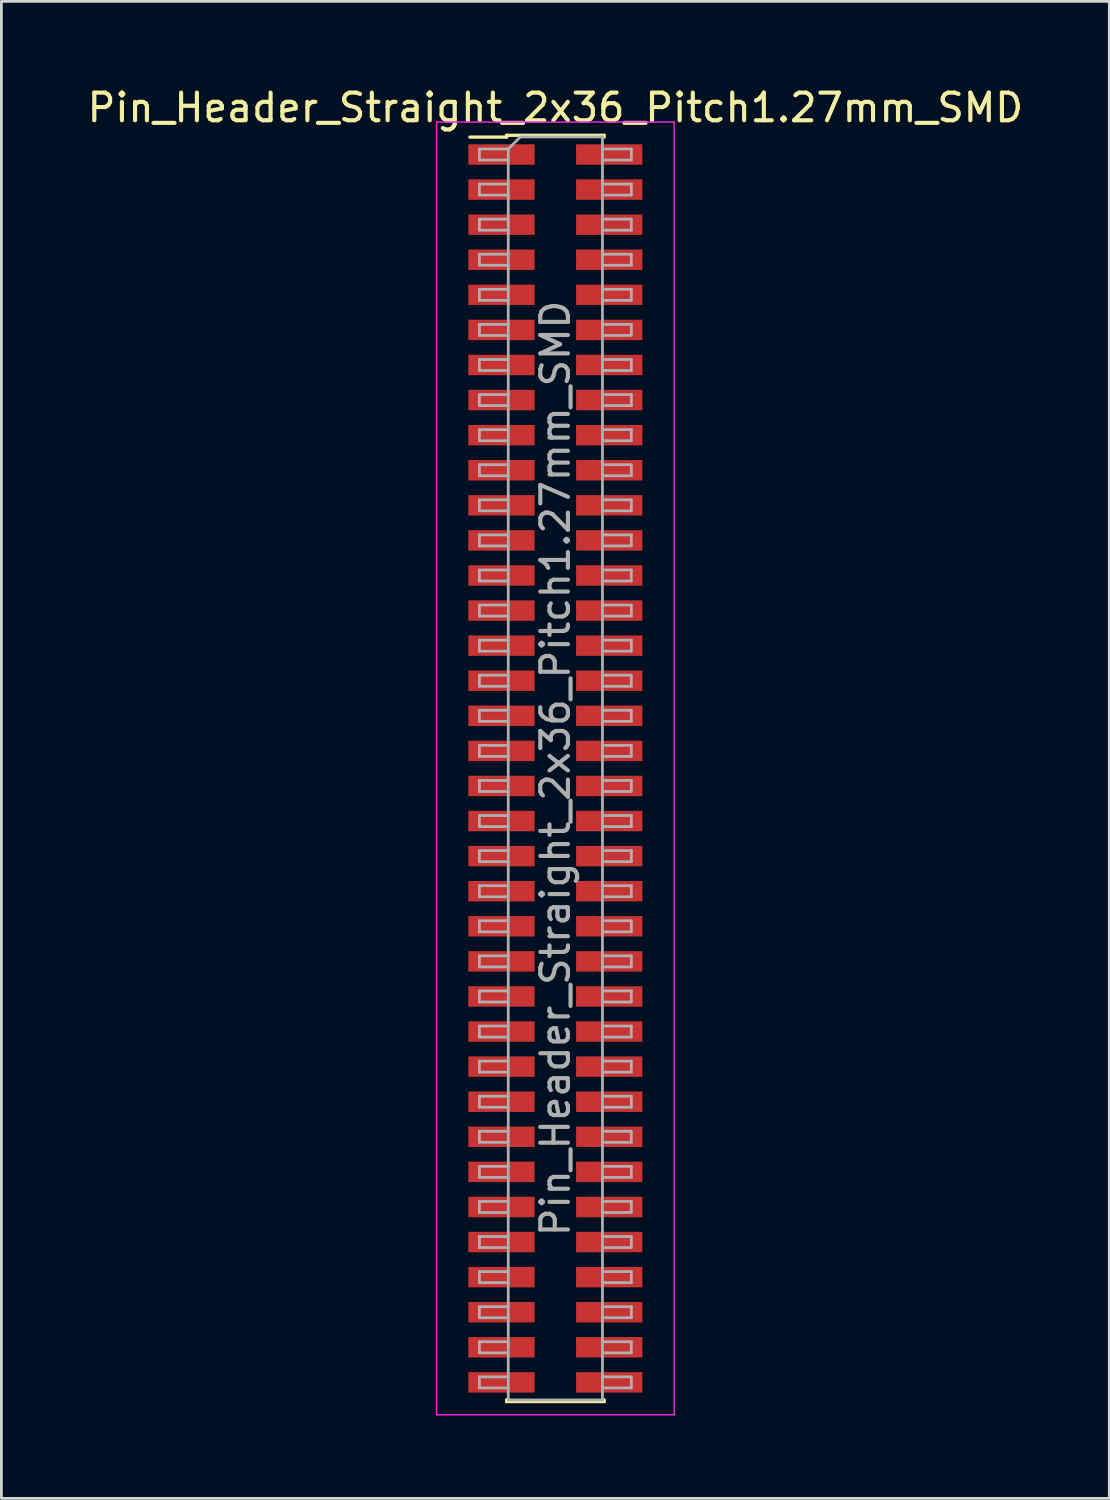
<source format=kicad_pcb>
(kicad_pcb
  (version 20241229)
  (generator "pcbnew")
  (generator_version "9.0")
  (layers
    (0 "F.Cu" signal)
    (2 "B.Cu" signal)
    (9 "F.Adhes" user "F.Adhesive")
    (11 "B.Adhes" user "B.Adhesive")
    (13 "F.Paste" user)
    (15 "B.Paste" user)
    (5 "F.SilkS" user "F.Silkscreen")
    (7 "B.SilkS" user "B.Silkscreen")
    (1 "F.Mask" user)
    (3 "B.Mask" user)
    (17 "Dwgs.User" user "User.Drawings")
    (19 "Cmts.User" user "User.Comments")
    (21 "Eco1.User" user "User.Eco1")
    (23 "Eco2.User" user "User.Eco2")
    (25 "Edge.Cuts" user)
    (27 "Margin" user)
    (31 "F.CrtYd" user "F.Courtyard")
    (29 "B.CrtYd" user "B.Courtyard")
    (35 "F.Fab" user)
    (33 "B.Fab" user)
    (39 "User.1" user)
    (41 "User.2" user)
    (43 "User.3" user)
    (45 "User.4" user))
  (footprint "Pin_Header_Straight_2x36_Pitch1.27mm_SMD"
    (layer "F.Cu")
    (at 17.054 24.768)
    (property "Reference" "Pin_Header_Straight_2x36_Pitch1.27mm_SMD" (at 0 -23.92 0) (layer "F.SilkS") (effects (font (size 1 1) (thickness 0.15))))
    (attr smd)
    (fp_line (start -3.09 -22.855) (end -1.765 -22.855) (stroke (width 0.12) (type solid)) (layer "F.SilkS"))
    (fp_line (start -1.765 -22.92) (end -1.765 -22.855) (stroke (width 0.12) (type solid)) (layer "F.SilkS"))
    (fp_line (start -1.765 -22.92) (end 1.765 -22.92) (stroke (width 0.12) (type solid)) (layer "F.SilkS"))
    (fp_line (start -1.765 22.855) (end -1.765 22.92) (stroke (width 0.12) (type solid)) (layer "F.SilkS"))
    (fp_line (start -1.765 22.92) (end 1.765 22.92) (stroke (width 0.12) (type solid)) (layer "F.SilkS"))
    (fp_line (start 1.765 -22.92) (end 1.765 -22.855) (stroke (width 0.12) (type solid)) (layer "F.SilkS"))
    (fp_line (start 1.765 22.855) (end 1.765 22.92) (stroke (width 0.12) (type solid)) (layer "F.SilkS"))
    (fp_line (start -4.3 -23.4) (end -4.3 23.4) (stroke (width 0.05) (type solid)) (layer "F.CrtYd"))
    (fp_line (start -4.3 23.4) (end 4.3 23.4) (stroke (width 0.05) (type solid)) (layer "F.CrtYd"))
    (fp_line (start 4.3 -23.4) (end -4.3 -23.4) (stroke (width 0.05) (type solid)) (layer "F.CrtYd"))
    (fp_line (start 4.3 23.4) (end 4.3 -23.4) (stroke (width 0.05) (type solid)) (layer "F.CrtYd"))
    (fp_line (start -2.75 -22.425) (end -2.75 -22.025) (stroke (width 0.1) (type solid)) (layer "F.Fab"))
    (fp_line (start -2.75 -22.025) (end -1.705 -22.025) (stroke (width 0.1) (type solid)) (layer "F.Fab"))
    (fp_line (start -2.75 -21.155) (end -2.75 -20.755) (stroke (width 0.1) (type solid)) (layer "F.Fab"))
    (fp_line (start -2.75 -20.755) (end -1.705 -20.755) (stroke (width 0.1) (type solid)) (layer "F.Fab"))
    (fp_line (start -2.75 -19.885) (end -2.75 -19.485) (stroke (width 0.1) (type solid)) (layer "F.Fab"))
    (fp_line (start -2.75 -19.485) (end -1.705 -19.485) (stroke (width 0.1) (type solid)) (layer "F.Fab"))
    (fp_line (start -2.75 -18.615) (end -2.75 -18.215) (stroke (width 0.1) (type solid)) (layer "F.Fab"))
    (fp_line (start -2.75 -18.215) (end -1.705 -18.215) (stroke (width 0.1) (type solid)) (layer "F.Fab"))
    (fp_line (start -2.75 -17.345) (end -2.75 -16.945) (stroke (width 0.1) (type solid)) (layer "F.Fab"))
    (fp_line (start -2.75 -16.945) (end -1.705 -16.945) (stroke (width 0.1) (type solid)) (layer "F.Fab"))
    (fp_line (start -2.75 -16.075) (end -2.75 -15.675) (stroke (width 0.1) (type solid)) (layer "F.Fab"))
    (fp_line (start -2.75 -15.675) (end -1.705 -15.675) (stroke (width 0.1) (type solid)) (layer "F.Fab"))
    (fp_line (start -2.75 -14.805) (end -2.75 -14.405) (stroke (width 0.1) (type solid)) (layer "F.Fab"))
    (fp_line (start -2.75 -14.405) (end -1.705 -14.405) (stroke (width 0.1) (type solid)) (layer "F.Fab"))
    (fp_line (start -2.75 -13.535) (end -2.75 -13.135) (stroke (width 0.1) (type solid)) (layer "F.Fab"))
    (fp_line (start -2.75 -13.135) (end -1.705 -13.135) (stroke (width 0.1) (type solid)) (layer "F.Fab"))
    (fp_line (start -2.75 -12.265) (end -2.75 -11.865) (stroke (width 0.1) (type solid)) (layer "F.Fab"))
    (fp_line (start -2.75 -11.865) (end -1.705 -11.865) (stroke (width 0.1) (type solid)) (layer "F.Fab"))
    (fp_line (start -2.75 -10.995) (end -2.75 -10.595) (stroke (width 0.1) (type solid)) (layer "F.Fab"))
    (fp_line (start -2.75 -10.595) (end -1.705 -10.595) (stroke (width 0.1) (type solid)) (layer "F.Fab"))
    (fp_line (start -2.75 -9.725) (end -2.75 -9.325) (stroke (width 0.1) (type solid)) (layer "F.Fab"))
    (fp_line (start -2.75 -9.325) (end -1.705 -9.325) (stroke (width 0.1) (type solid)) (layer "F.Fab"))
    (fp_line (start -2.75 -8.455) (end -2.75 -8.055) (stroke (width 0.1) (type solid)) (layer "F.Fab"))
    (fp_line (start -2.75 -8.055) (end -1.705 -8.055) (stroke (width 0.1) (type solid)) (layer "F.Fab"))
    (fp_line (start -2.75 -7.185) (end -2.75 -6.785) (stroke (width 0.1) (type solid)) (layer "F.Fab"))
    (fp_line (start -2.75 -6.785) (end -1.705 -6.785) (stroke (width 0.1) (type solid)) (layer "F.Fab"))
    (fp_line (start -2.75 -5.915) (end -2.75 -5.515) (stroke (width 0.1) (type solid)) (layer "F.Fab"))
    (fp_line (start -2.75 -5.515) (end -1.705 -5.515) (stroke (width 0.1) (type solid)) (layer "F.Fab"))
    (fp_line (start -2.75 -4.645) (end -2.75 -4.245) (stroke (width 0.1) (type solid)) (layer "F.Fab"))
    (fp_line (start -2.75 -4.245) (end -1.705 -4.245) (stroke (width 0.1) (type solid)) (layer "F.Fab"))
    (fp_line (start -2.75 -3.375) (end -2.75 -2.975) (stroke (width 0.1) (type solid)) (layer "F.Fab"))
    (fp_line (start -2.75 -2.975) (end -1.705 -2.975) (stroke (width 0.1) (type solid)) (layer "F.Fab"))
    (fp_line (start -2.75 -2.105) (end -2.75 -1.705) (stroke (width 0.1) (type solid)) (layer "F.Fab"))
    (fp_line (start -2.75 -1.705) (end -1.705 -1.705) (stroke (width 0.1) (type solid)) (layer "F.Fab"))
    (fp_line (start -2.75 -0.835) (end -2.75 -0.435) (stroke (width 0.1) (type solid)) (layer "F.Fab"))
    (fp_line (start -2.75 -0.435) (end -1.705 -0.435) (stroke (width 0.1) (type solid)) (layer "F.Fab"))
    (fp_line (start -2.75 0.435) (end -2.75 0.835) (stroke (width 0.1) (type solid)) (layer "F.Fab"))
    (fp_line (start -2.75 0.835) (end -1.705 0.835) (stroke (width 0.1) (type solid)) (layer "F.Fab"))
    (fp_line (start -2.75 1.705) (end -2.75 2.105) (stroke (width 0.1) (type solid)) (layer "F.Fab"))
    (fp_line (start -2.75 2.105) (end -1.705 2.105) (stroke (width 0.1) (type solid)) (layer "F.Fab"))
    (fp_line (start -2.75 2.975) (end -2.75 3.375) (stroke (width 0.1) (type solid)) (layer "F.Fab"))
    (fp_line (start -2.75 3.375) (end -1.705 3.375) (stroke (width 0.1) (type solid)) (layer "F.Fab"))
    (fp_line (start -2.75 4.245) (end -2.75 4.645) (stroke (width 0.1) (type solid)) (layer "F.Fab"))
    (fp_line (start -2.75 4.645) (end -1.705 4.645) (stroke (width 0.1) (type solid)) (layer "F.Fab"))
    (fp_line (start -2.75 5.515) (end -2.75 5.915) (stroke (width 0.1) (type solid)) (layer "F.Fab"))
    (fp_line (start -2.75 5.915) (end -1.705 5.915) (stroke (width 0.1) (type solid)) (layer "F.Fab"))
    (fp_line (start -2.75 6.785) (end -2.75 7.185) (stroke (width 0.1) (type solid)) (layer "F.Fab"))
    (fp_line (start -2.75 7.185) (end -1.705 7.185) (stroke (width 0.1) (type solid)) (layer "F.Fab"))
    (fp_line (start -2.75 8.055) (end -2.75 8.455) (stroke (width 0.1) (type solid)) (layer "F.Fab"))
    (fp_line (start -2.75 8.455) (end -1.705 8.455) (stroke (width 0.1) (type solid)) (layer "F.Fab"))
    (fp_line (start -2.75 9.325) (end -2.75 9.725) (stroke (width 0.1) (type solid)) (layer "F.Fab"))
    (fp_line (start -2.75 9.725) (end -1.705 9.725) (stroke (width 0.1) (type solid)) (layer "F.Fab"))
    (fp_line (start -2.75 10.595) (end -2.75 10.995) (stroke (width 0.1) (type solid)) (layer "F.Fab"))
    (fp_line (start -2.75 10.995) (end -1.705 10.995) (stroke (width 0.1) (type solid)) (layer "F.Fab"))
    (fp_line (start -2.75 11.865) (end -2.75 12.265) (stroke (width 0.1) (type solid)) (layer "F.Fab"))
    (fp_line (start -2.75 12.265) (end -1.705 12.265) (stroke (width 0.1) (type solid)) (layer "F.Fab"))
    (fp_line (start -2.75 13.135) (end -2.75 13.535) (stroke (width 0.1) (type solid)) (layer "F.Fab"))
    (fp_line (start -2.75 13.535) (end -1.705 13.535) (stroke (width 0.1) (type solid)) (layer "F.Fab"))
    (fp_line (start -2.75 14.405) (end -2.75 14.805) (stroke (width 0.1) (type solid)) (layer "F.Fab"))
    (fp_line (start -2.75 14.805) (end -1.705 14.805) (stroke (width 0.1) (type solid)) (layer "F.Fab"))
    (fp_line (start -2.75 15.675) (end -2.75 16.075) (stroke (width 0.1) (type solid)) (layer "F.Fab"))
    (fp_line (start -2.75 16.075) (end -1.705 16.075) (stroke (width 0.1) (type solid)) (layer "F.Fab"))
    (fp_line (start -2.75 16.945) (end -2.75 17.345) (stroke (width 0.1) (type solid)) (layer "F.Fab"))
    (fp_line (start -2.75 17.345) (end -1.705 17.345) (stroke (width 0.1) (type solid)) (layer "F.Fab"))
    (fp_line (start -2.75 18.215) (end -2.75 18.615) (stroke (width 0.1) (type solid)) (layer "F.Fab"))
    (fp_line (start -2.75 18.615) (end -1.705 18.615) (stroke (width 0.1) (type solid)) (layer "F.Fab"))
    (fp_line (start -2.75 19.485) (end -2.75 19.885) (stroke (width 0.1) (type solid)) (layer "F.Fab"))
    (fp_line (start -2.75 19.885) (end -1.705 19.885) (stroke (width 0.1) (type solid)) (layer "F.Fab"))
    (fp_line (start -2.75 20.755) (end -2.75 21.155) (stroke (width 0.1) (type solid)) (layer "F.Fab"))
    (fp_line (start -2.75 21.155) (end -1.705 21.155) (stroke (width 0.1) (type solid)) (layer "F.Fab"))
    (fp_line (start -2.75 22.025) (end -2.75 22.425) (stroke (width 0.1) (type solid)) (layer "F.Fab"))
    (fp_line (start -2.75 22.425) (end -1.705 22.425) (stroke (width 0.1) (type solid)) (layer "F.Fab"))
    (fp_line (start -1.705 -22.425) (end -2.75 -22.425) (stroke (width 0.1) (type solid)) (layer "F.Fab"))
    (fp_line (start -1.705 -22.425) (end -1.27 -22.86) (stroke (width 0.1) (type solid)) (layer "F.Fab"))
    (fp_line (start -1.705 -21.155) (end -2.75 -21.155) (stroke (width 0.1) (type solid)) (layer "F.Fab"))
    (fp_line (start -1.705 -19.885) (end -2.75 -19.885) (stroke (width 0.1) (type solid)) (layer "F.Fab"))
    (fp_line (start -1.705 -18.615) (end -2.75 -18.615) (stroke (width 0.1) (type solid)) (layer "F.Fab"))
    (fp_line (start -1.705 -17.345) (end -2.75 -17.345) (stroke (width 0.1) (type solid)) (layer "F.Fab"))
    (fp_line (start -1.705 -16.075) (end -2.75 -16.075) (stroke (width 0.1) (type solid)) (layer "F.Fab"))
    (fp_line (start -1.705 -14.805) (end -2.75 -14.805) (stroke (width 0.1) (type solid)) (layer "F.Fab"))
    (fp_line (start -1.705 -13.535) (end -2.75 -13.535) (stroke (width 0.1) (type solid)) (layer "F.Fab"))
    (fp_line (start -1.705 -12.265) (end -2.75 -12.265) (stroke (width 0.1) (type solid)) (layer "F.Fab"))
    (fp_line (start -1.705 -10.995) (end -2.75 -10.995) (stroke (width 0.1) (type solid)) (layer "F.Fab"))
    (fp_line (start -1.705 -9.725) (end -2.75 -9.725) (stroke (width 0.1) (type solid)) (layer "F.Fab"))
    (fp_line (start -1.705 -8.455) (end -2.75 -8.455) (stroke (width 0.1) (type solid)) (layer "F.Fab"))
    (fp_line (start -1.705 -7.185) (end -2.75 -7.185) (stroke (width 0.1) (type solid)) (layer "F.Fab"))
    (fp_line (start -1.705 -5.915) (end -2.75 -5.915) (stroke (width 0.1) (type solid)) (layer "F.Fab"))
    (fp_line (start -1.705 -4.645) (end -2.75 -4.645) (stroke (width 0.1) (type solid)) (layer "F.Fab"))
    (fp_line (start -1.705 -3.375) (end -2.75 -3.375) (stroke (width 0.1) (type solid)) (layer "F.Fab"))
    (fp_line (start -1.705 -2.105) (end -2.75 -2.105) (stroke (width 0.1) (type solid)) (layer "F.Fab"))
    (fp_line (start -1.705 -0.835) (end -2.75 -0.835) (stroke (width 0.1) (type solid)) (layer "F.Fab"))
    (fp_line (start -1.705 0.435) (end -2.75 0.435) (stroke (width 0.1) (type solid)) (layer "F.Fab"))
    (fp_line (start -1.705 1.705) (end -2.75 1.705) (stroke (width 0.1) (type solid)) (layer "F.Fab"))
    (fp_line (start -1.705 2.975) (end -2.75 2.975) (stroke (width 0.1) (type solid)) (layer "F.Fab"))
    (fp_line (start -1.705 4.245) (end -2.75 4.245) (stroke (width 0.1) (type solid)) (layer "F.Fab"))
    (fp_line (start -1.705 5.515) (end -2.75 5.515) (stroke (width 0.1) (type solid)) (layer "F.Fab"))
    (fp_line (start -1.705 6.785) (end -2.75 6.785) (stroke (width 0.1) (type solid)) (layer "F.Fab"))
    (fp_line (start -1.705 8.055) (end -2.75 8.055) (stroke (width 0.1) (type solid)) (layer "F.Fab"))
    (fp_line (start -1.705 9.325) (end -2.75 9.325) (stroke (width 0.1) (type solid)) (layer "F.Fab"))
    (fp_line (start -1.705 10.595) (end -2.75 10.595) (stroke (width 0.1) (type solid)) (layer "F.Fab"))
    (fp_line (start -1.705 11.865) (end -2.75 11.865) (stroke (width 0.1) (type solid)) (layer "F.Fab"))
    (fp_line (start -1.705 13.135) (end -2.75 13.135) (stroke (width 0.1) (type solid)) (layer "F.Fab"))
    (fp_line (start -1.705 14.405) (end -2.75 14.405) (stroke (width 0.1) (type solid)) (layer "F.Fab"))
    (fp_line (start -1.705 15.675) (end -2.75 15.675) (stroke (width 0.1) (type solid)) (layer "F.Fab"))
    (fp_line (start -1.705 16.945) (end -2.75 16.945) (stroke (width 0.1) (type solid)) (layer "F.Fab"))
    (fp_line (start -1.705 18.215) (end -2.75 18.215) (stroke (width 0.1) (type solid)) (layer "F.Fab"))
    (fp_line (start -1.705 19.485) (end -2.75 19.485) (stroke (width 0.1) (type solid)) (layer "F.Fab"))
    (fp_line (start -1.705 20.755) (end -2.75 20.755) (stroke (width 0.1) (type solid)) (layer "F.Fab"))
    (fp_line (start -1.705 22.025) (end -2.75 22.025) (stroke (width 0.1) (type solid)) (layer "F.Fab"))
    (fp_line (start -1.705 22.86) (end -1.705 -22.425) (stroke (width 0.1) (type solid)) (layer "F.Fab"))
    (fp_line (start -1.27 -22.86) (end 1.705 -22.86) (stroke (width 0.1) (type solid)) (layer "F.Fab"))
    (fp_line (start 1.705 -22.86) (end 1.705 22.86) (stroke (width 0.1) (type solid)) (layer "F.Fab"))
    (fp_line (start 1.705 -22.425) (end 2.75 -22.425) (stroke (width 0.1) (type solid)) (layer "F.Fab"))
    (fp_line (start 1.705 -21.155) (end 2.75 -21.155) (stroke (width 0.1) (type solid)) (layer "F.Fab"))
    (fp_line (start 1.705 -19.885) (end 2.75 -19.885) (stroke (width 0.1) (type solid)) (layer "F.Fab"))
    (fp_line (start 1.705 -18.615) (end 2.75 -18.615) (stroke (width 0.1) (type solid)) (layer "F.Fab"))
    (fp_line (start 1.705 -17.345) (end 2.75 -17.345) (stroke (width 0.1) (type solid)) (layer "F.Fab"))
    (fp_line (start 1.705 -16.075) (end 2.75 -16.075) (stroke (width 0.1) (type solid)) (layer "F.Fab"))
    (fp_line (start 1.705 -14.805) (end 2.75 -14.805) (stroke (width 0.1) (type solid)) (layer "F.Fab"))
    (fp_line (start 1.705 -13.535) (end 2.75 -13.535) (stroke (width 0.1) (type solid)) (layer "F.Fab"))
    (fp_line (start 1.705 -12.265) (end 2.75 -12.265) (stroke (width 0.1) (type solid)) (layer "F.Fab"))
    (fp_line (start 1.705 -10.995) (end 2.75 -10.995) (stroke (width 0.1) (type solid)) (layer "F.Fab"))
    (fp_line (start 1.705 -9.725) (end 2.75 -9.725) (stroke (width 0.1) (type solid)) (layer "F.Fab"))
    (fp_line (start 1.705 -8.455) (end 2.75 -8.455) (stroke (width 0.1) (type solid)) (layer "F.Fab"))
    (fp_line (start 1.705 -7.185) (end 2.75 -7.185) (stroke (width 0.1) (type solid)) (layer "F.Fab"))
    (fp_line (start 1.705 -5.915) (end 2.75 -5.915) (stroke (width 0.1) (type solid)) (layer "F.Fab"))
    (fp_line (start 1.705 -4.645) (end 2.75 -4.645) (stroke (width 0.1) (type solid)) (layer "F.Fab"))
    (fp_line (start 1.705 -3.375) (end 2.75 -3.375) (stroke (width 0.1) (type solid)) (layer "F.Fab"))
    (fp_line (start 1.705 -2.105) (end 2.75 -2.105) (stroke (width 0.1) (type solid)) (layer "F.Fab"))
    (fp_line (start 1.705 -0.835) (end 2.75 -0.835) (stroke (width 0.1) (type solid)) (layer "F.Fab"))
    (fp_line (start 1.705 0.435) (end 2.75 0.435) (stroke (width 0.1) (type solid)) (layer "F.Fab"))
    (fp_line (start 1.705 1.705) (end 2.75 1.705) (stroke (width 0.1) (type solid)) (layer "F.Fab"))
    (fp_line (start 1.705 2.975) (end 2.75 2.975) (stroke (width 0.1) (type solid)) (layer "F.Fab"))
    (fp_line (start 1.705 4.245) (end 2.75 4.245) (stroke (width 0.1) (type solid)) (layer "F.Fab"))
    (fp_line (start 1.705 5.515) (end 2.75 5.515) (stroke (width 0.1) (type solid)) (layer "F.Fab"))
    (fp_line (start 1.705 6.785) (end 2.75 6.785) (stroke (width 0.1) (type solid)) (layer "F.Fab"))
    (fp_line (start 1.705 8.055) (end 2.75 8.055) (stroke (width 0.1) (type solid)) (layer "F.Fab"))
    (fp_line (start 1.705 9.325) (end 2.75 9.325) (stroke (width 0.1) (type solid)) (layer "F.Fab"))
    (fp_line (start 1.705 10.595) (end 2.75 10.595) (stroke (width 0.1) (type solid)) (layer "F.Fab"))
    (fp_line (start 1.705 11.865) (end 2.75 11.865) (stroke (width 0.1) (type solid)) (layer "F.Fab"))
    (fp_line (start 1.705 13.135) (end 2.75 13.135) (stroke (width 0.1) (type solid)) (layer "F.Fab"))
    (fp_line (start 1.705 14.405) (end 2.75 14.405) (stroke (width 0.1) (type solid)) (layer "F.Fab"))
    (fp_line (start 1.705 15.675) (end 2.75 15.675) (stroke (width 0.1) (type solid)) (layer "F.Fab"))
    (fp_line (start 1.705 16.945) (end 2.75 16.945) (stroke (width 0.1) (type solid)) (layer "F.Fab"))
    (fp_line (start 1.705 18.215) (end 2.75 18.215) (stroke (width 0.1) (type solid)) (layer "F.Fab"))
    (fp_line (start 1.705 19.485) (end 2.75 19.485) (stroke (width 0.1) (type solid)) (layer "F.Fab"))
    (fp_line (start 1.705 20.755) (end 2.75 20.755) (stroke (width 0.1) (type solid)) (layer "F.Fab"))
    (fp_line (start 1.705 22.025) (end 2.75 22.025) (stroke (width 0.1) (type solid)) (layer "F.Fab"))
    (fp_line (start 1.705 22.86) (end -1.705 22.86) (stroke (width 0.1) (type solid)) (layer "F.Fab"))
    (fp_line (start 2.75 -22.425) (end 2.75 -22.025) (stroke (width 0.1) (type solid)) (layer "F.Fab"))
    (fp_line (start 2.75 -22.025) (end 1.705 -22.025) (stroke (width 0.1) (type solid)) (layer "F.Fab"))
    (fp_line (start 2.75 -21.155) (end 2.75 -20.755) (stroke (width 0.1) (type solid)) (layer "F.Fab"))
    (fp_line (start 2.75 -20.755) (end 1.705 -20.755) (stroke (width 0.1) (type solid)) (layer "F.Fab"))
    (fp_line (start 2.75 -19.885) (end 2.75 -19.485) (stroke (width 0.1) (type solid)) (layer "F.Fab"))
    (fp_line (start 2.75 -19.485) (end 1.705 -19.485) (stroke (width 0.1) (type solid)) (layer "F.Fab"))
    (fp_line (start 2.75 -18.615) (end 2.75 -18.215) (stroke (width 0.1) (type solid)) (layer "F.Fab"))
    (fp_line (start 2.75 -18.215) (end 1.705 -18.215) (stroke (width 0.1) (type solid)) (layer "F.Fab"))
    (fp_line (start 2.75 -17.345) (end 2.75 -16.945) (stroke (width 0.1) (type solid)) (layer "F.Fab"))
    (fp_line (start 2.75 -16.945) (end 1.705 -16.945) (stroke (width 0.1) (type solid)) (layer "F.Fab"))
    (fp_line (start 2.75 -16.075) (end 2.75 -15.675) (stroke (width 0.1) (type solid)) (layer "F.Fab"))
    (fp_line (start 2.75 -15.675) (end 1.705 -15.675) (stroke (width 0.1) (type solid)) (layer "F.Fab"))
    (fp_line (start 2.75 -14.805) (end 2.75 -14.405) (stroke (width 0.1) (type solid)) (layer "F.Fab"))
    (fp_line (start 2.75 -14.405) (end 1.705 -14.405) (stroke (width 0.1) (type solid)) (layer "F.Fab"))
    (fp_line (start 2.75 -13.535) (end 2.75 -13.135) (stroke (width 0.1) (type solid)) (layer "F.Fab"))
    (fp_line (start 2.75 -13.135) (end 1.705 -13.135) (stroke (width 0.1) (type solid)) (layer "F.Fab"))
    (fp_line (start 2.75 -12.265) (end 2.75 -11.865) (stroke (width 0.1) (type solid)) (layer "F.Fab"))
    (fp_line (start 2.75 -11.865) (end 1.705 -11.865) (stroke (width 0.1) (type solid)) (layer "F.Fab"))
    (fp_line (start 2.75 -10.995) (end 2.75 -10.595) (stroke (width 0.1) (type solid)) (layer "F.Fab"))
    (fp_line (start 2.75 -10.595) (end 1.705 -10.595) (stroke (width 0.1) (type solid)) (layer "F.Fab"))
    (fp_line (start 2.75 -9.725) (end 2.75 -9.325) (stroke (width 0.1) (type solid)) (layer "F.Fab"))
    (fp_line (start 2.75 -9.325) (end 1.705 -9.325) (stroke (width 0.1) (type solid)) (layer "F.Fab"))
    (fp_line (start 2.75 -8.455) (end 2.75 -8.055) (stroke (width 0.1) (type solid)) (layer "F.Fab"))
    (fp_line (start 2.75 -8.055) (end 1.705 -8.055) (stroke (width 0.1) (type solid)) (layer "F.Fab"))
    (fp_line (start 2.75 -7.185) (end 2.75 -6.785) (stroke (width 0.1) (type solid)) (layer "F.Fab"))
    (fp_line (start 2.75 -6.785) (end 1.705 -6.785) (stroke (width 0.1) (type solid)) (layer "F.Fab"))
    (fp_line (start 2.75 -5.915) (end 2.75 -5.515) (stroke (width 0.1) (type solid)) (layer "F.Fab"))
    (fp_line (start 2.75 -5.515) (end 1.705 -5.515) (stroke (width 0.1) (type solid)) (layer "F.Fab"))
    (fp_line (start 2.75 -4.645) (end 2.75 -4.245) (stroke (width 0.1) (type solid)) (layer "F.Fab"))
    (fp_line (start 2.75 -4.245) (end 1.705 -4.245) (stroke (width 0.1) (type solid)) (layer "F.Fab"))
    (fp_line (start 2.75 -3.375) (end 2.75 -2.975) (stroke (width 0.1) (type solid)) (layer "F.Fab"))
    (fp_line (start 2.75 -2.975) (end 1.705 -2.975) (stroke (width 0.1) (type solid)) (layer "F.Fab"))
    (fp_line (start 2.75 -2.105) (end 2.75 -1.705) (stroke (width 0.1) (type solid)) (layer "F.Fab"))
    (fp_line (start 2.75 -1.705) (end 1.705 -1.705) (stroke (width 0.1) (type solid)) (layer "F.Fab"))
    (fp_line (start 2.75 -0.835) (end 2.75 -0.435) (stroke (width 0.1) (type solid)) (layer "F.Fab"))
    (fp_line (start 2.75 -0.435) (end 1.705 -0.435) (stroke (width 0.1) (type solid)) (layer "F.Fab"))
    (fp_line (start 2.75 0.435) (end 2.75 0.835) (stroke (width 0.1) (type solid)) (layer "F.Fab"))
    (fp_line (start 2.75 0.835) (end 1.705 0.835) (stroke (width 0.1) (type solid)) (layer "F.Fab"))
    (fp_line (start 2.75 1.705) (end 2.75 2.105) (stroke (width 0.1) (type solid)) (layer "F.Fab"))
    (fp_line (start 2.75 2.105) (end 1.705 2.105) (stroke (width 0.1) (type solid)) (layer "F.Fab"))
    (fp_line (start 2.75 2.975) (end 2.75 3.375) (stroke (width 0.1) (type solid)) (layer "F.Fab"))
    (fp_line (start 2.75 3.375) (end 1.705 3.375) (stroke (width 0.1) (type solid)) (layer "F.Fab"))
    (fp_line (start 2.75 4.245) (end 2.75 4.645) (stroke (width 0.1) (type solid)) (layer "F.Fab"))
    (fp_line (start 2.75 4.645) (end 1.705 4.645) (stroke (width 0.1) (type solid)) (layer "F.Fab"))
    (fp_line (start 2.75 5.515) (end 2.75 5.915) (stroke (width 0.1) (type solid)) (layer "F.Fab"))
    (fp_line (start 2.75 5.915) (end 1.705 5.915) (stroke (width 0.1) (type solid)) (layer "F.Fab"))
    (fp_line (start 2.75 6.785) (end 2.75 7.185) (stroke (width 0.1) (type solid)) (layer "F.Fab"))
    (fp_line (start 2.75 7.185) (end 1.705 7.185) (stroke (width 0.1) (type solid)) (layer "F.Fab"))
    (fp_line (start 2.75 8.055) (end 2.75 8.455) (stroke (width 0.1) (type solid)) (layer "F.Fab"))
    (fp_line (start 2.75 8.455) (end 1.705 8.455) (stroke (width 0.1) (type solid)) (layer "F.Fab"))
    (fp_line (start 2.75 9.325) (end 2.75 9.725) (stroke (width 0.1) (type solid)) (layer "F.Fab"))
    (fp_line (start 2.75 9.725) (end 1.705 9.725) (stroke (width 0.1) (type solid)) (layer "F.Fab"))
    (fp_line (start 2.75 10.595) (end 2.75 10.995) (stroke (width 0.1) (type solid)) (layer "F.Fab"))
    (fp_line (start 2.75 10.995) (end 1.705 10.995) (stroke (width 0.1) (type solid)) (layer "F.Fab"))
    (fp_line (start 2.75 11.865) (end 2.75 12.265) (stroke (width 0.1) (type solid)) (layer "F.Fab"))
    (fp_line (start 2.75 12.265) (end 1.705 12.265) (stroke (width 0.1) (type solid)) (layer "F.Fab"))
    (fp_line (start 2.75 13.135) (end 2.75 13.535) (stroke (width 0.1) (type solid)) (layer "F.Fab"))
    (fp_line (start 2.75 13.535) (end 1.705 13.535) (stroke (width 0.1) (type solid)) (layer "F.Fab"))
    (fp_line (start 2.75 14.405) (end 2.75 14.805) (stroke (width 0.1) (type solid)) (layer "F.Fab"))
    (fp_line (start 2.75 14.805) (end 1.705 14.805) (stroke (width 0.1) (type solid)) (layer "F.Fab"))
    (fp_line (start 2.75 15.675) (end 2.75 16.075) (stroke (width 0.1) (type solid)) (layer "F.Fab"))
    (fp_line (start 2.75 16.075) (end 1.705 16.075) (stroke (width 0.1) (type solid)) (layer "F.Fab"))
    (fp_line (start 2.75 16.945) (end 2.75 17.345) (stroke (width 0.1) (type solid)) (layer "F.Fab"))
    (fp_line (start 2.75 17.345) (end 1.705 17.345) (stroke (width 0.1) (type solid)) (layer "F.Fab"))
    (fp_line (start 2.75 18.215) (end 2.75 18.615) (stroke (width 0.1) (type solid)) (layer "F.Fab"))
    (fp_line (start 2.75 18.615) (end 1.705 18.615) (stroke (width 0.1) (type solid)) (layer "F.Fab"))
    (fp_line (start 2.75 19.485) (end 2.75 19.885) (stroke (width 0.1) (type solid)) (layer "F.Fab"))
    (fp_line (start 2.75 19.885) (end 1.705 19.885) (stroke (width 0.1) (type solid)) (layer "F.Fab"))
    (fp_line (start 2.75 20.755) (end 2.75 21.155) (stroke (width 0.1) (type solid)) (layer "F.Fab"))
    (fp_line (start 2.75 21.155) (end 1.705 21.155) (stroke (width 0.1) (type solid)) (layer "F.Fab"))
    (fp_line (start 2.75 22.025) (end 2.75 22.425) (stroke (width 0.1) (type solid)) (layer "F.Fab"))
    (fp_line (start 2.75 22.425) (end 1.705 22.425) (stroke (width 0.1) (type solid)) (layer "F.Fab"))
    (fp_text user "${REFERENCE}" (at 0 0 90) (layer "F.Fab") (effects (font (size 1 1) (thickness 0.15))))
    (pad "1" smd rect (at -1.95 -22.225) (size 2.4 0.74) (layers "F.Cu" "F.Mask" "F.Paste"))
    (pad "2" smd rect (at 1.95 -22.225) (size 2.4 0.74) (layers "F.Cu" "F.Mask" "F.Paste"))
    (pad "3" smd rect (at -1.95 -20.955) (size 2.4 0.74) (layers "F.Cu" "F.Mask" "F.Paste"))
    (pad "4" smd rect (at 1.95 -20.955) (size 2.4 0.74) (layers "F.Cu" "F.Mask" "F.Paste"))
    (pad "5" smd rect (at -1.95 -19.685) (size 2.4 0.74) (layers "F.Cu" "F.Mask" "F.Paste"))
    (pad "6" smd rect (at 1.95 -19.685) (size 2.4 0.74) (layers "F.Cu" "F.Mask" "F.Paste"))
    (pad "7" smd rect (at -1.95 -18.415) (size 2.4 0.74) (layers "F.Cu" "F.Mask" "F.Paste"))
    (pad "8" smd rect (at 1.95 -18.415) (size 2.4 0.74) (layers "F.Cu" "F.Mask" "F.Paste"))
    (pad "9" smd rect (at -1.95 -17.145) (size 2.4 0.74) (layers "F.Cu" "F.Mask" "F.Paste"))
    (pad "10" smd rect (at 1.95 -17.145) (size 2.4 0.74) (layers "F.Cu" "F.Mask" "F.Paste"))
    (pad "11" smd rect (at -1.95 -15.875) (size 2.4 0.74) (layers "F.Cu" "F.Mask" "F.Paste"))
    (pad "12" smd rect (at 1.95 -15.875) (size 2.4 0.74) (layers "F.Cu" "F.Mask" "F.Paste"))
    (pad "13" smd rect (at -1.95 -14.605) (size 2.4 0.74) (layers "F.Cu" "F.Mask" "F.Paste"))
    (pad "14" smd rect (at 1.95 -14.605) (size 2.4 0.74) (layers "F.Cu" "F.Mask" "F.Paste"))
    (pad "15" smd rect (at -1.95 -13.335) (size 2.4 0.74) (layers "F.Cu" "F.Mask" "F.Paste"))
    (pad "16" smd rect (at 1.95 -13.335) (size 2.4 0.74) (layers "F.Cu" "F.Mask" "F.Paste"))
    (pad "17" smd rect (at -1.95 -12.065) (size 2.4 0.74) (layers "F.Cu" "F.Mask" "F.Paste"))
    (pad "18" smd rect (at 1.95 -12.065) (size 2.4 0.74) (layers "F.Cu" "F.Mask" "F.Paste"))
    (pad "19" smd rect (at -1.95 -10.795) (size 2.4 0.74) (layers "F.Cu" "F.Mask" "F.Paste"))
    (pad "20" smd rect (at 1.95 -10.795) (size 2.4 0.74) (layers "F.Cu" "F.Mask" "F.Paste"))
    (pad "21" smd rect (at -1.95 -9.525) (size 2.4 0.74) (layers "F.Cu" "F.Mask" "F.Paste"))
    (pad "22" smd rect (at 1.95 -9.525) (size 2.4 0.74) (layers "F.Cu" "F.Mask" "F.Paste"))
    (pad "23" smd rect (at -1.95 -8.255) (size 2.4 0.74) (layers "F.Cu" "F.Mask" "F.Paste"))
    (pad "24" smd rect (at 1.95 -8.255) (size 2.4 0.74) (layers "F.Cu" "F.Mask" "F.Paste"))
    (pad "25" smd rect (at -1.95 -6.985) (size 2.4 0.74) (layers "F.Cu" "F.Mask" "F.Paste"))
    (pad "26" smd rect (at 1.95 -6.985) (size 2.4 0.74) (layers "F.Cu" "F.Mask" "F.Paste"))
    (pad "27" smd rect (at -1.95 -5.715) (size 2.4 0.74) (layers "F.Cu" "F.Mask" "F.Paste"))
    (pad "28" smd rect (at 1.95 -5.715) (size 2.4 0.74) (layers "F.Cu" "F.Mask" "F.Paste"))
    (pad "29" smd rect (at -1.95 -4.445) (size 2.4 0.74) (layers "F.Cu" "F.Mask" "F.Paste"))
    (pad "30" smd rect (at 1.95 -4.445) (size 2.4 0.74) (layers "F.Cu" "F.Mask" "F.Paste"))
    (pad "31" smd rect (at -1.95 -3.175) (size 2.4 0.74) (layers "F.Cu" "F.Mask" "F.Paste"))
    (pad "32" smd rect (at 1.95 -3.175) (size 2.4 0.74) (layers "F.Cu" "F.Mask" "F.Paste"))
    (pad "33" smd rect (at -1.95 -1.905) (size 2.4 0.74) (layers "F.Cu" "F.Mask" "F.Paste"))
    (pad "34" smd rect (at 1.95 -1.905) (size 2.4 0.74) (layers "F.Cu" "F.Mask" "F.Paste"))
    (pad "35" smd rect (at -1.95 -0.635) (size 2.4 0.74) (layers "F.Cu" "F.Mask" "F.Paste"))
    (pad "36" smd rect (at 1.95 -0.635) (size 2.4 0.74) (layers "F.Cu" "F.Mask" "F.Paste"))
    (pad "37" smd rect (at -1.95 0.635) (size 2.4 0.74) (layers "F.Cu" "F.Mask" "F.Paste"))
    (pad "38" smd rect (at 1.95 0.635) (size 2.4 0.74) (layers "F.Cu" "F.Mask" "F.Paste"))
    (pad "39" smd rect (at -1.95 1.905) (size 2.4 0.74) (layers "F.Cu" "F.Mask" "F.Paste"))
    (pad "40" smd rect (at 1.95 1.905) (size 2.4 0.74) (layers "F.Cu" "F.Mask" "F.Paste"))
    (pad "41" smd rect (at -1.95 3.175) (size 2.4 0.74) (layers "F.Cu" "F.Mask" "F.Paste"))
    (pad "42" smd rect (at 1.95 3.175) (size 2.4 0.74) (layers "F.Cu" "F.Mask" "F.Paste"))
    (pad "43" smd rect (at -1.95 4.445) (size 2.4 0.74) (layers "F.Cu" "F.Mask" "F.Paste"))
    (pad "44" smd rect (at 1.95 4.445) (size 2.4 0.74) (layers "F.Cu" "F.Mask" "F.Paste"))
    (pad "45" smd rect (at -1.95 5.715) (size 2.4 0.74) (layers "F.Cu" "F.Mask" "F.Paste"))
    (pad "46" smd rect (at 1.95 5.715) (size 2.4 0.74) (layers "F.Cu" "F.Mask" "F.Paste"))
    (pad "47" smd rect (at -1.95 6.985) (size 2.4 0.74) (layers "F.Cu" "F.Mask" "F.Paste"))
    (pad "48" smd rect (at 1.95 6.985) (size 2.4 0.74) (layers "F.Cu" "F.Mask" "F.Paste"))
    (pad "49" smd rect (at -1.95 8.255) (size 2.4 0.74) (layers "F.Cu" "F.Mask" "F.Paste"))
    (pad "50" smd rect (at 1.95 8.255) (size 2.4 0.74) (layers "F.Cu" "F.Mask" "F.Paste"))
    (pad "51" smd rect (at -1.95 9.525) (size 2.4 0.74) (layers "F.Cu" "F.Mask" "F.Paste"))
    (pad "52" smd rect (at 1.95 9.525) (size 2.4 0.74) (layers "F.Cu" "F.Mask" "F.Paste"))
    (pad "53" smd rect (at -1.95 10.795) (size 2.4 0.74) (layers "F.Cu" "F.Mask" "F.Paste"))
    (pad "54" smd rect (at 1.95 10.795) (size 2.4 0.74) (layers "F.Cu" "F.Mask" "F.Paste"))
    (pad "55" smd rect (at -1.95 12.065) (size 2.4 0.74) (layers "F.Cu" "F.Mask" "F.Paste"))
    (pad "56" smd rect (at 1.95 12.065) (size 2.4 0.74) (layers "F.Cu" "F.Mask" "F.Paste"))
    (pad "57" smd rect (at -1.95 13.335) (size 2.4 0.74) (layers "F.Cu" "F.Mask" "F.Paste"))
    (pad "58" smd rect (at 1.95 13.335) (size 2.4 0.74) (layers "F.Cu" "F.Mask" "F.Paste"))
    (pad "59" smd rect (at -1.95 14.605) (size 2.4 0.74) (layers "F.Cu" "F.Mask" "F.Paste"))
    (pad "60" smd rect (at 1.95 14.605) (size 2.4 0.74) (layers "F.Cu" "F.Mask" "F.Paste"))
    (pad "61" smd rect (at -1.95 15.875) (size 2.4 0.74) (layers "F.Cu" "F.Mask" "F.Paste"))
    (pad "62" smd rect (at 1.95 15.875) (size 2.4 0.74) (layers "F.Cu" "F.Mask" "F.Paste"))
    (pad "63" smd rect (at -1.95 17.145) (size 2.4 0.74) (layers "F.Cu" "F.Mask" "F.Paste"))
    (pad "64" smd rect (at 1.95 17.145) (size 2.4 0.74) (layers "F.Cu" "F.Mask" "F.Paste"))
    (pad "65" smd rect (at -1.95 18.415) (size 2.4 0.74) (layers "F.Cu" "F.Mask" "F.Paste"))
    (pad "66" smd rect (at 1.95 18.415) (size 2.4 0.74) (layers "F.Cu" "F.Mask" "F.Paste"))
    (pad "67" smd rect (at -1.95 19.685) (size 2.4 0.74) (layers "F.Cu" "F.Mask" "F.Paste"))
    (pad "68" smd rect (at 1.95 19.685) (size 2.4 0.74) (layers "F.Cu" "F.Mask" "F.Paste"))
    (pad "69" smd rect (at -1.95 20.955) (size 2.4 0.74) (layers "F.Cu" "F.Mask" "F.Paste"))
    (pad "70" smd rect (at 1.95 20.955) (size 2.4 0.74) (layers "F.Cu" "F.Mask" "F.Paste"))
    (pad "71" smd rect (at -1.95 22.225) (size 2.4 0.74) (layers "F.Cu" "F.Mask" "F.Paste"))
    (pad "72" smd rect (at 1.95 22.225) (size 2.4 0.74) (layers "F.Cu" "F.Mask" "F.Paste")))
  (gr_rect
    (start -3 -3)
    (end 37.107 51.193)
    (stroke (width 0.1) (type default))
    (fill no)
    (layer "Edge.Cuts")))
</source>
